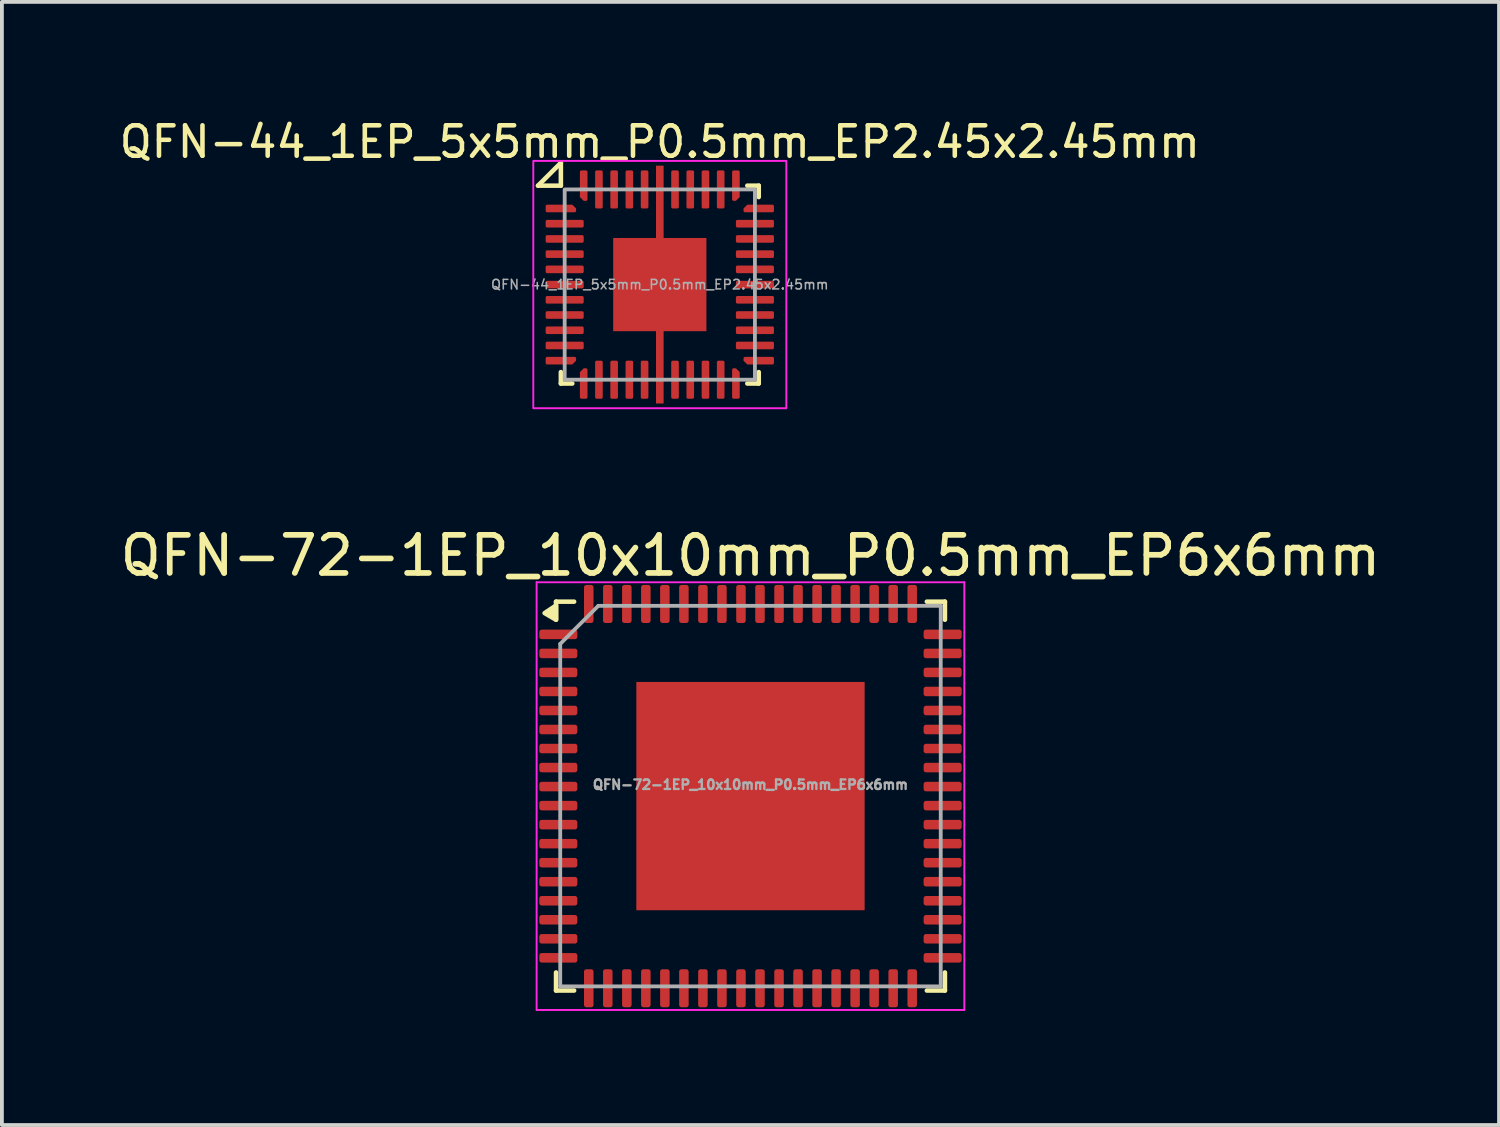
<source format=kicad_pcb>
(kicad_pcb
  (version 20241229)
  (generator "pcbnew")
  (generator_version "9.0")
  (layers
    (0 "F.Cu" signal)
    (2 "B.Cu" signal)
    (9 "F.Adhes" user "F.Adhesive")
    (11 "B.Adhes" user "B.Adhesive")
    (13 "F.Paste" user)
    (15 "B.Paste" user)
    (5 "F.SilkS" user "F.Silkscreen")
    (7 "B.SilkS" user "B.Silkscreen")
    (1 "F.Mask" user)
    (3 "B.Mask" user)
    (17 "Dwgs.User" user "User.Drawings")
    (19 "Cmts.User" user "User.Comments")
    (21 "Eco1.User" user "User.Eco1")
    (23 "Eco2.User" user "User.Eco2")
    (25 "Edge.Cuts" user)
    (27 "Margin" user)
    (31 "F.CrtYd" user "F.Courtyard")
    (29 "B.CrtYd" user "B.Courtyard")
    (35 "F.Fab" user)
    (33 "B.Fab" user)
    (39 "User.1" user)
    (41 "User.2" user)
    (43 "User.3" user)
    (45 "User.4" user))
  (footprint "QFN-72-1EP_10x10mm_P0.5mm_EP6x6mm"
    (layer "F.Cu")
    (at 16.673 17.872)
    (property "Reference" "QFN-72-1EP_10x10mm_P0.5mm_EP6x6mm" (at 0 -6.32 0) (layer "F.SilkS") (effects (font (size 1 1) (thickness 0.15))))
    (attr smd)
    (fp_line (start -5.11 -4.635) (end -5.11 -5.11) (stroke (width 0.12) (type solid)) (layer "F.SilkS"))
    (fp_line (start -5.11 5.11) (end -5.11 4.635) (stroke (width 0.12) (type solid)) (layer "F.SilkS"))
    (fp_line (start -4.635 -5.11) (end -5.11 -5.11) (stroke (width 0.12) (type solid)) (layer "F.SilkS"))
    (fp_line (start -4.635 5.11) (end -5.11 5.11) (stroke (width 0.12) (type solid)) (layer "F.SilkS"))
    (fp_line (start 4.635 -5.11) (end 5.11 -5.11) (stroke (width 0.12) (type solid)) (layer "F.SilkS"))
    (fp_line (start 4.635 5.11) (end 5.11 5.11) (stroke (width 0.12) (type solid)) (layer "F.SilkS"))
    (fp_line (start 5.11 -5.11) (end 5.11 -4.635) (stroke (width 0.12) (type solid)) (layer "F.SilkS"))
    (fp_line (start 5.11 5.11) (end 5.11 4.635) (stroke (width 0.12) (type solid)) (layer "F.SilkS"))
    (fp_poly (pts (xy -5.11 -4.635) (xy -5.41 -4.81) (xy -5.11 -5.01)) (stroke (width 0.12) (type solid)) (fill yes) (layer "F.SilkS"))
    (fp_line (start -5.62 -5.62) (end -5.62 5.62) (stroke (width 0.05) (type solid)) (layer "F.CrtYd"))
    (fp_line (start -5.62 5.62) (end 5.62 5.62) (stroke (width 0.05) (type solid)) (layer "F.CrtYd"))
    (fp_line (start 5.62 -5.62) (end -5.62 -5.62) (stroke (width 0.05) (type solid)) (layer "F.CrtYd"))
    (fp_line (start 5.62 5.62) (end 5.62 -5.62) (stroke (width 0.05) (type solid)) (layer "F.CrtYd"))
    (fp_line (start -5 -4) (end -4 -5) (stroke (width 0.1) (type solid)) (layer "F.Fab"))
    (fp_line (start -5 5) (end -5 -4) (stroke (width 0.1) (type solid)) (layer "F.Fab"))
    (fp_line (start -4 -5) (end 5 -5) (stroke (width 0.1) (type solid)) (layer "F.Fab"))
    (fp_line (start 5 -5) (end 5 5) (stroke (width 0.1) (type solid)) (layer "F.Fab"))
    (fp_line (start 5 5) (end -5 5) (stroke (width 0.1) (type solid)) (layer "F.Fab"))
    (fp_text user "${REFERENCE}" (at 0 -0.3 0) (layer "F.Fab") (effects (font (size 0.25 0.25) (thickness 0.062))))
    (pad "" smd roundrect (at -2 -2) (size 1.61 1.61) (layers "F.Paste") (roundrect_rratio 0.155))
    (pad "" smd roundrect (at -2 0) (size 1.61 1.61) (layers "F.Paste") (roundrect_rratio 0.155))
    (pad "" smd roundrect (at -2 2) (size 1.61 1.61) (layers "F.Paste") (roundrect_rratio 0.155))
    (pad "" smd roundrect (at 0 -2) (size 1.61 1.61) (layers "F.Paste") (roundrect_rratio 0.155))
    (pad "" smd roundrect (at 0 0) (size 1.61 1.61) (layers "F.Paste") (roundrect_rratio 0.155))
    (pad "" smd roundrect (at 0 2) (size 1.61 1.61) (layers "F.Paste") (roundrect_rratio 0.155))
    (pad "" smd roundrect (at 2 -2) (size 1.61 1.61) (layers "F.Paste") (roundrect_rratio 0.155))
    (pad "" smd roundrect (at 2 0) (size 1.61 1.61) (layers "F.Paste") (roundrect_rratio 0.155))
    (pad "" smd roundrect (at 2 2) (size 1.61 1.61) (layers "F.Paste") (roundrect_rratio 0.155))
    (pad "1" smd roundrect (at -5.05 -4.25) (size 1 0.25) (layers "F.Cu" "F.Mask" "F.Paste") (roundrect_rratio 0.25))
    (pad "2" smd roundrect (at -5.05 -3.75) (size 1 0.25) (layers "F.Cu" "F.Mask" "F.Paste") (roundrect_rratio 0.25))
    (pad "3" smd roundrect (at -5.05 -3.25) (size 1 0.25) (layers "F.Cu" "F.Mask" "F.Paste") (roundrect_rratio 0.25))
    (pad "4" smd roundrect (at -5.05 -2.75) (size 1 0.25) (layers "F.Cu" "F.Mask" "F.Paste") (roundrect_rratio 0.25))
    (pad "5" smd roundrect (at -5.05 -2.25) (size 1 0.25) (layers "F.Cu" "F.Mask" "F.Paste") (roundrect_rratio 0.25))
    (pad "6" smd roundrect (at -5.05 -1.75) (size 1 0.25) (layers "F.Cu" "F.Mask" "F.Paste") (roundrect_rratio 0.25))
    (pad "7" smd roundrect (at -5.05 -1.25) (size 1 0.25) (layers "F.Cu" "F.Mask" "F.Paste") (roundrect_rratio 0.25))
    (pad "8" smd roundrect (at -5.05 -0.75) (size 1 0.25) (layers "F.Cu" "F.Mask" "F.Paste") (roundrect_rratio 0.25))
    (pad "9" smd roundrect (at -5.05 -0.25) (size 1 0.25) (layers "F.Cu" "F.Mask" "F.Paste") (roundrect_rratio 0.25))
    (pad "10" smd roundrect (at -5.05 0.25) (size 1 0.25) (layers "F.Cu" "F.Mask" "F.Paste") (roundrect_rratio 0.25))
    (pad "11" smd roundrect (at -5.05 0.75) (size 1 0.25) (layers "F.Cu" "F.Mask" "F.Paste") (roundrect_rratio 0.25))
    (pad "12" smd roundrect (at -5.05 1.25) (size 1 0.25) (layers "F.Cu" "F.Mask" "F.Paste") (roundrect_rratio 0.25))
    (pad "13" smd roundrect (at -5.05 1.75) (size 1 0.25) (layers "F.Cu" "F.Mask" "F.Paste") (roundrect_rratio 0.25))
    (pad "14" smd roundrect (at -5.05 2.25) (size 1 0.25) (layers "F.Cu" "F.Mask" "F.Paste") (roundrect_rratio 0.25))
    (pad "15" smd roundrect (at -5.05 2.75) (size 1 0.25) (layers "F.Cu" "F.Mask" "F.Paste") (roundrect_rratio 0.25))
    (pad "16" smd roundrect (at -5.05 3.25) (size 1 0.25) (layers "F.Cu" "F.Mask" "F.Paste") (roundrect_rratio 0.25))
    (pad "17" smd roundrect (at -5.05 3.75) (size 1 0.25) (layers "F.Cu" "F.Mask" "F.Paste") (roundrect_rratio 0.25))
    (pad "18" smd roundrect (at -5.05 4.25) (size 1 0.25) (layers "F.Cu" "F.Mask" "F.Paste") (roundrect_rratio 0.25))
    (pad "19" smd roundrect (at -4.25 5.05) (size 0.25 1) (layers "F.Cu" "F.Mask" "F.Paste") (roundrect_rratio 0.25))
    (pad "20" smd roundrect (at -3.75 5.05) (size 0.25 1) (layers "F.Cu" "F.Mask" "F.Paste") (roundrect_rratio 0.25))
    (pad "21" smd roundrect (at -3.25 5.05) (size 0.25 1) (layers "F.Cu" "F.Mask" "F.Paste") (roundrect_rratio 0.25))
    (pad "22" smd roundrect (at -2.75 5.05) (size 0.25 1) (layers "F.Cu" "F.Mask" "F.Paste") (roundrect_rratio 0.25))
    (pad "23" smd roundrect (at -2.25 5.05) (size 0.25 1) (layers "F.Cu" "F.Mask" "F.Paste") (roundrect_rratio 0.25))
    (pad "24" smd roundrect (at -1.75 5.05) (size 0.25 1) (layers "F.Cu" "F.Mask" "F.Paste") (roundrect_rratio 0.25))
    (pad "25" smd roundrect (at -1.25 5.05) (size 0.25 1) (layers "F.Cu" "F.Mask" "F.Paste") (roundrect_rratio 0.25))
    (pad "26" smd roundrect (at -0.75 5.05) (size 0.25 1) (layers "F.Cu" "F.Mask" "F.Paste") (roundrect_rratio 0.25))
    (pad "27" smd roundrect (at -0.25 5.05) (size 0.25 1) (layers "F.Cu" "F.Mask" "F.Paste") (roundrect_rratio 0.25))
    (pad "28" smd roundrect (at 0.25 5.05) (size 0.25 1) (layers "F.Cu" "F.Mask" "F.Paste") (roundrect_rratio 0.25))
    (pad "29" smd roundrect (at 0.75 5.05) (size 0.25 1) (layers "F.Cu" "F.Mask" "F.Paste") (roundrect_rratio 0.25))
    (pad "30" smd roundrect (at 1.25 5.05) (size 0.25 1) (layers "F.Cu" "F.Mask" "F.Paste") (roundrect_rratio 0.25))
    (pad "31" smd roundrect (at 1.75 5.05) (size 0.25 1) (layers "F.Cu" "F.Mask" "F.Paste") (roundrect_rratio 0.25))
    (pad "32" smd roundrect (at 2.25 5.05) (size 0.25 1) (layers "F.Cu" "F.Mask" "F.Paste") (roundrect_rratio 0.25))
    (pad "33" smd roundrect (at 2.75 5.05) (size 0.25 1) (layers "F.Cu" "F.Mask" "F.Paste") (roundrect_rratio 0.25))
    (pad "34" smd roundrect (at 3.25 5.05) (size 0.25 1) (layers "F.Cu" "F.Mask" "F.Paste") (roundrect_rratio 0.25))
    (pad "35" smd roundrect (at 3.75 5.05) (size 0.25 1) (layers "F.Cu" "F.Mask" "F.Paste") (roundrect_rratio 0.25))
    (pad "36" smd roundrect (at 4.25 5.05) (size 0.25 1) (layers "F.Cu" "F.Mask" "F.Paste") (roundrect_rratio 0.25))
    (pad "37" smd roundrect (at 5.05 4.25) (size 1 0.25) (layers "F.Cu" "F.Mask" "F.Paste") (roundrect_rratio 0.25))
    (pad "38" smd roundrect (at 5.05 3.75) (size 1 0.25) (layers "F.Cu" "F.Mask" "F.Paste") (roundrect_rratio 0.25))
    (pad "39" smd roundrect (at 5.05 3.25) (size 1 0.25) (layers "F.Cu" "F.Mask" "F.Paste") (roundrect_rratio 0.25))
    (pad "40" smd roundrect (at 5.05 2.75) (size 1 0.25) (layers "F.Cu" "F.Mask" "F.Paste") (roundrect_rratio 0.25))
    (pad "41" smd roundrect (at 5.05 2.25) (size 1 0.25) (layers "F.Cu" "F.Mask" "F.Paste") (roundrect_rratio 0.25))
    (pad "42" smd roundrect (at 5.05 1.75) (size 1 0.25) (layers "F.Cu" "F.Mask" "F.Paste") (roundrect_rratio 0.25))
    (pad "43" smd roundrect (at 5.05 1.25) (size 1 0.25) (layers "F.Cu" "F.Mask" "F.Paste") (roundrect_rratio 0.25))
    (pad "44" smd roundrect (at 5.05 0.75) (size 1 0.25) (layers "F.Cu" "F.Mask" "F.Paste") (roundrect_rratio 0.25))
    (pad "45" smd roundrect (at 5.05 0.25) (size 1 0.25) (layers "F.Cu" "F.Mask" "F.Paste") (roundrect_rratio 0.25))
    (pad "46" smd roundrect (at 5.05 -0.25) (size 1 0.25) (layers "F.Cu" "F.Mask" "F.Paste") (roundrect_rratio 0.25))
    (pad "47" smd roundrect (at 5.05 -0.75) (size 1 0.25) (layers "F.Cu" "F.Mask" "F.Paste") (roundrect_rratio 0.25))
    (pad "48" smd roundrect (at 5.05 -1.25) (size 1 0.25) (layers "F.Cu" "F.Mask" "F.Paste") (roundrect_rratio 0.25))
    (pad "49" smd roundrect (at 5.05 -1.75) (size 1 0.25) (layers "F.Cu" "F.Mask" "F.Paste") (roundrect_rratio 0.25))
    (pad "50" smd roundrect (at 5.05 -2.25) (size 1 0.25) (layers "F.Cu" "F.Mask" "F.Paste") (roundrect_rratio 0.25))
    (pad "51" smd roundrect (at 5.05 -2.75) (size 1 0.25) (layers "F.Cu" "F.Mask" "F.Paste") (roundrect_rratio 0.25))
    (pad "52" smd roundrect (at 5.05 -3.25) (size 1 0.25) (layers "F.Cu" "F.Mask" "F.Paste") (roundrect_rratio 0.25))
    (pad "53" smd roundrect (at 5.05 -3.75) (size 1 0.25) (layers "F.Cu" "F.Mask" "F.Paste") (roundrect_rratio 0.25))
    (pad "54" smd roundrect (at 5.05 -4.25) (size 1 0.25) (layers "F.Cu" "F.Mask" "F.Paste") (roundrect_rratio 0.25))
    (pad "55" smd roundrect (at 4.25 -5.05) (size 0.25 1) (layers "F.Cu" "F.Mask" "F.Paste") (roundrect_rratio 0.25))
    (pad "56" smd roundrect (at 3.75 -5.05) (size 0.25 1) (layers "F.Cu" "F.Mask" "F.Paste") (roundrect_rratio 0.25))
    (pad "57" smd roundrect (at 3.25 -5.05) (size 0.25 1) (layers "F.Cu" "F.Mask" "F.Paste") (roundrect_rratio 0.25))
    (pad "58" smd roundrect (at 2.75 -5.05) (size 0.25 1) (layers "F.Cu" "F.Mask" "F.Paste") (roundrect_rratio 0.25))
    (pad "59" smd roundrect (at 2.25 -5.05) (size 0.25 1) (layers "F.Cu" "F.Mask" "F.Paste") (roundrect_rratio 0.25))
    (pad "60" smd roundrect (at 1.75 -5.05) (size 0.25 1) (layers "F.Cu" "F.Mask" "F.Paste") (roundrect_rratio 0.25))
    (pad "61" smd roundrect (at 1.25 -5.05) (size 0.25 1) (layers "F.Cu" "F.Mask" "F.Paste") (roundrect_rratio 0.25))
    (pad "62" smd roundrect (at 0.75 -5.05) (size 0.25 1) (layers "F.Cu" "F.Mask" "F.Paste") (roundrect_rratio 0.25))
    (pad "63" smd roundrect (at 0.25 -5.05) (size 0.25 1) (layers "F.Cu" "F.Mask" "F.Paste") (roundrect_rratio 0.25))
    (pad "64" smd roundrect (at -0.25 -5.05) (size 0.25 1) (layers "F.Cu" "F.Mask" "F.Paste") (roundrect_rratio 0.25))
    (pad "65" smd roundrect (at -0.75 -5.05) (size 0.25 1) (layers "F.Cu" "F.Mask" "F.Paste") (roundrect_rratio 0.25))
    (pad "66" smd roundrect (at -1.25 -5.05) (size 0.25 1) (layers "F.Cu" "F.Mask" "F.Paste") (roundrect_rratio 0.25))
    (pad "67" smd roundrect (at -1.75 -5.05) (size 0.25 1) (layers "F.Cu" "F.Mask" "F.Paste") (roundrect_rratio 0.25))
    (pad "68" smd roundrect (at -2.25 -5.05) (size 0.25 1) (layers "F.Cu" "F.Mask" "F.Paste") (roundrect_rratio 0.25))
    (pad "69" smd roundrect (at -2.75 -5.05) (size 0.25 1) (layers "F.Cu" "F.Mask" "F.Paste") (roundrect_rratio 0.25))
    (pad "70" smd roundrect (at -3.25 -5.05) (size 0.25 1) (layers "F.Cu" "F.Mask" "F.Paste") (roundrect_rratio 0.25))
    (pad "71" smd roundrect (at -3.75 -5.05) (size 0.25 1) (layers "F.Cu" "F.Mask" "F.Paste") (roundrect_rratio 0.25))
    (pad "72" smd roundrect (at -4.25 -5.05) (size 0.25 1) (layers "F.Cu" "F.Mask" "F.Paste") (roundrect_rratio 0.25))
    (pad "73" smd rect (at 0 0) (size 6 6) (layers "F.Cu" "F.Mask")))
  (footprint "QFN-44_1EP_5x5mm_P0.5mm_EP2.45x2.45mm"
    (layer "F.Cu")
    (at 14.29 4.429)
    (property "Reference" "QFN-44_1EP_5x5mm_P0.5mm_EP2.45x2.45mm" (at 0 -3.75 0) (unlocked yes) (layer "F.SilkS") (effects (font (size 0.8 0.8) (thickness 0.12))))
    (attr smd)
    (fp_line (start -3.2 -2.6) (end -2.6 -3.2) (stroke (width 0.12) (type default)) (layer "F.SilkS"))
    (fp_line (start -2.6 -2.6) (end -3.2 -2.6) (stroke (width 0.12) (type default)) (layer "F.SilkS"))
    (fp_line (start -2.6 -2.6) (end -2.6 -3.2) (stroke (width 0.12) (type default)) (layer "F.SilkS"))
    (fp_line (start -2.6 2.6) (end -2.6 2.3) (stroke (width 0.12) (type default)) (layer "F.SilkS"))
    (fp_line (start -2.3 2.6) (end -2.6 2.6) (stroke (width 0.12) (type default)) (layer "F.SilkS"))
    (fp_line (start 2.3 -2.6) (end 2.6 -2.6) (stroke (width 0.12) (type default)) (layer "F.SilkS"))
    (fp_line (start 2.6 -2.6) (end 2.6 -2.3) (stroke (width 0.12) (type default)) (layer "F.SilkS"))
    (fp_line (start 2.6 2.3) (end 2.6 2.6) (stroke (width 0.12) (type default)) (layer "F.SilkS"))
    (fp_line (start 2.6 2.6) (end 2.3 2.6) (stroke (width 0.12) (type default)) (layer "F.SilkS"))
    (fp_rect (start -3.325 -3.25) (end 3.325 3.25) (stroke (width 0.05) (type default)) (fill no) (layer "F.CrtYd"))
    (fp_rect (start -2.5 -2.5) (end 2.5 2.5) (stroke (width 0.1) (type default)) (fill no) (layer "F.Fab"))
    (fp_text user "${REFERENCE}" (at 0 0 0) (unlocked yes) (layer "F.Fab") (effects (font (size 0.25 0.25) (thickness 0.04))))
    (pad "1" smd roundrect (at -2.6 -2) (size 0.8 0.2) (layers "F.Cu" "F.Mask" "F.Paste") (roundrect_rratio 0.2) (chamfer_ratio 0.5) (chamfer top_right))
    (pad "2" smd roundrect (at -2.5 -1.6) (size 1 0.2) (layers "F.Cu" "F.Mask" "F.Paste") (roundrect_rratio 0.2))
    (pad "3" smd roundrect (at -2.5 -1.2) (size 1 0.2) (layers "F.Cu" "F.Mask" "F.Paste") (roundrect_rratio 0.2))
    (pad "4" smd roundrect (at -2.5 -0.8) (size 1 0.2) (layers "F.Cu" "F.Mask" "F.Paste") (roundrect_rratio 0.2))
    (pad "5" smd roundrect (at -2.5 -0.4) (size 1 0.2) (layers "F.Cu" "F.Mask" "F.Paste") (roundrect_rratio 0.2))
    (pad "6" smd roundrect (at -2.5 0) (size 1 0.2) (layers "F.Cu" "F.Mask" "F.Paste") (roundrect_rratio 0.2))
    (pad "7" smd roundrect (at -2.5 0.4) (size 1 0.2) (layers "F.Cu" "F.Mask" "F.Paste") (roundrect_rratio 0.2))
    (pad "8" smd roundrect (at -2.5 0.8) (size 1 0.2) (layers "F.Cu" "F.Mask" "F.Paste") (roundrect_rratio 0.2))
    (pad "9" smd roundrect (at -2.5 1.2) (size 1 0.2) (layers "F.Cu" "F.Mask" "F.Paste") (roundrect_rratio 0.2))
    (pad "10" smd roundrect (at -2.5 1.6) (size 1 0.2) (layers "F.Cu" "F.Mask" "F.Paste") (roundrect_rratio 0.2))
    (pad "11" smd roundrect (at -2.6 2) (size 0.8 0.2) (layers "F.Cu" "F.Mask" "F.Paste") (roundrect_rratio 0.2) (chamfer_ratio 0.5) (chamfer bottom_right))
    (pad "12" smd roundrect (at -2 2.6 90) (size 0.8 0.2) (layers "F.Cu" "F.Mask" "F.Paste") (roundrect_rratio 0.2) (chamfer_ratio 0.5) (chamfer top_right))
    (pad "13" smd roundrect (at -1.6 2.5 90) (size 1 0.2) (layers "F.Cu" "F.Mask" "F.Paste") (roundrect_rratio 0.2))
    (pad "14" smd roundrect (at -1.2 2.5 90) (size 1 0.2) (layers "F.Cu" "F.Mask" "F.Paste") (roundrect_rratio 0.2))
    (pad "15" smd roundrect (at -0.8 2.5 90) (size 1 0.2) (layers "F.Cu" "F.Mask" "F.Paste") (roundrect_rratio 0.2))
    (pad "16" smd roundrect (at -0.4 2.5 90) (size 1 0.2) (layers "F.Cu" "F.Mask" "F.Paste") (roundrect_rratio 0.2))
    (pad "18" smd roundrect (at 0.4 2.5 90) (size 1 0.2) (layers "F.Cu" "F.Mask" "F.Paste") (roundrect_rratio 0.2))
    (pad "19" smd roundrect (at 0.8 2.5 90) (size 1 0.2) (layers "F.Cu" "F.Mask" "F.Paste") (roundrect_rratio 0.2))
    (pad "20" smd roundrect (at 1.2 2.5 90) (size 1 0.2) (layers "F.Cu" "F.Mask" "F.Paste") (roundrect_rratio 0.2))
    (pad "21" smd roundrect (at 1.6 2.5 90) (size 1 0.2) (layers "F.Cu" "F.Mask" "F.Paste") (roundrect_rratio 0.2))
    (pad "22" smd roundrect (at 2 2.6 90) (size 0.8 0.2) (layers "F.Cu" "F.Mask" "F.Paste") (roundrect_rratio 0.2) (chamfer_ratio 0.5) (chamfer bottom_right))
    (pad "23" smd roundrect (at 2.6 2 180) (size 0.8 0.2) (layers "F.Cu" "F.Mask" "F.Paste") (roundrect_rratio 0.2) (chamfer_ratio 0.5) (chamfer top_right))
    (pad "24" smd roundrect (at 2.5 1.6 180) (size 1 0.2) (layers "F.Cu" "F.Mask" "F.Paste") (roundrect_rratio 0.2))
    (pad "25" smd roundrect (at 2.5 1.2 180) (size 1 0.2) (layers "F.Cu" "F.Mask" "F.Paste") (roundrect_rratio 0.2))
    (pad "26" smd roundrect (at 2.5 0.8 180) (size 1 0.2) (layers "F.Cu" "F.Mask" "F.Paste") (roundrect_rratio 0.2))
    (pad "27" smd roundrect (at 2.5 0.4 180) (size 1 0.2) (layers "F.Cu" "F.Mask" "F.Paste") (roundrect_rratio 0.2))
    (pad "28" smd roundrect (at 2.5 0 180) (size 1 0.2) (layers "F.Cu" "F.Mask" "F.Paste") (roundrect_rratio 0.2))
    (pad "29" smd roundrect (at 2.5 -0.4 180) (size 1 0.2) (layers "F.Cu" "F.Mask" "F.Paste") (roundrect_rratio 0.2))
    (pad "30" smd roundrect (at 2.5 -0.8 180) (size 1 0.2) (layers "F.Cu" "F.Mask" "F.Paste") (roundrect_rratio 0.2))
    (pad "31" smd roundrect (at 2.5 -1.2 180) (size 1 0.2) (layers "F.Cu" "F.Mask" "F.Paste") (roundrect_rratio 0.2))
    (pad "32" smd roundrect (at 2.5 -1.6 180) (size 1 0.2) (layers "F.Cu" "F.Mask" "F.Paste") (roundrect_rratio 0.2))
    (pad "33" smd roundrect (at 2.6 -2 180) (size 0.8 0.2) (layers "F.Cu" "F.Mask" "F.Paste") (roundrect_rratio 0.2) (chamfer_ratio 0.5) (chamfer bottom_right))
    (pad "34" smd roundrect (at 2 -2.6 90) (size 0.8 0.2) (layers "F.Cu" "F.Mask" "F.Paste") (roundrect_rratio 0.2) (chamfer_ratio 0.5) (chamfer bottom_left))
    (pad "35" smd roundrect (at 1.6 -2.5 90) (size 1 0.2) (layers "F.Cu" "F.Mask" "F.Paste") (roundrect_rratio 0.2))
    (pad "36" smd roundrect (at 1.2 -2.5 90) (size 1 0.2) (layers "F.Cu" "F.Mask" "F.Paste") (roundrect_rratio 0.2))
    (pad "37" smd roundrect (at 0.8 -2.5 90) (size 1 0.2) (layers "F.Cu" "F.Mask" "F.Paste") (roundrect_rratio 0.2))
    (pad "38" smd roundrect (at 0.4 -2.5 90) (size 1 0.2) (layers "F.Cu" "F.Mask" "F.Paste") (roundrect_rratio 0.2))
    (pad "40" smd roundrect (at -0.4 -2.5 90) (size 1 0.2) (layers "F.Cu" "F.Mask" "F.Paste") (roundrect_rratio 0.2))
    (pad "41" smd roundrect (at -0.8 -2.5 90) (size 1 0.2) (layers "F.Cu" "F.Mask" "F.Paste") (roundrect_rratio 0.2))
    (pad "42" smd roundrect (at -1.2 -2.5 90) (size 1 0.2) (layers "F.Cu" "F.Mask" "F.Paste") (roundrect_rratio 0.2))
    (pad "43" smd roundrect (at -1.6 -2.5 90) (size 1 0.2) (layers "F.Cu" "F.Mask" "F.Paste") (roundrect_rratio 0.2))
    (pad "44" smd roundrect (at -2 -2.6 90) (size 0.8 0.2) (layers "F.Cu" "F.Mask" "F.Paste") (roundrect_rratio 0.2) (chamfer_ratio 0.5) (chamfer top_left))
    (pad "45" smd custom (at 0 0 90) (size 2.45 2.45) (layers "F.Cu" "F.Mask" "F.Paste") (options (anchor rect)) (primitives (gr_poly (pts (xy -1.225 1.225) (xy -1.225 0.1) (xy -3.125 0.1) (xy -3.125 -0.1) (xy -1.225 -0.1) (xy -1.225 -1.225) (xy 1.225 -1.225) (xy 1.225 -0.1) (xy 3.125 -0.1) (xy 3.125 0.1) (xy 1.225 0.1) (xy 1.225 1.225)) (width 0) (fill yes)))))
  (gr_rect
    (start -3 -3)
    (end 36.345 26.517)
    (stroke (width 0.1) (type default))
    (fill no)
    (layer "Edge.Cuts")))
</source>
